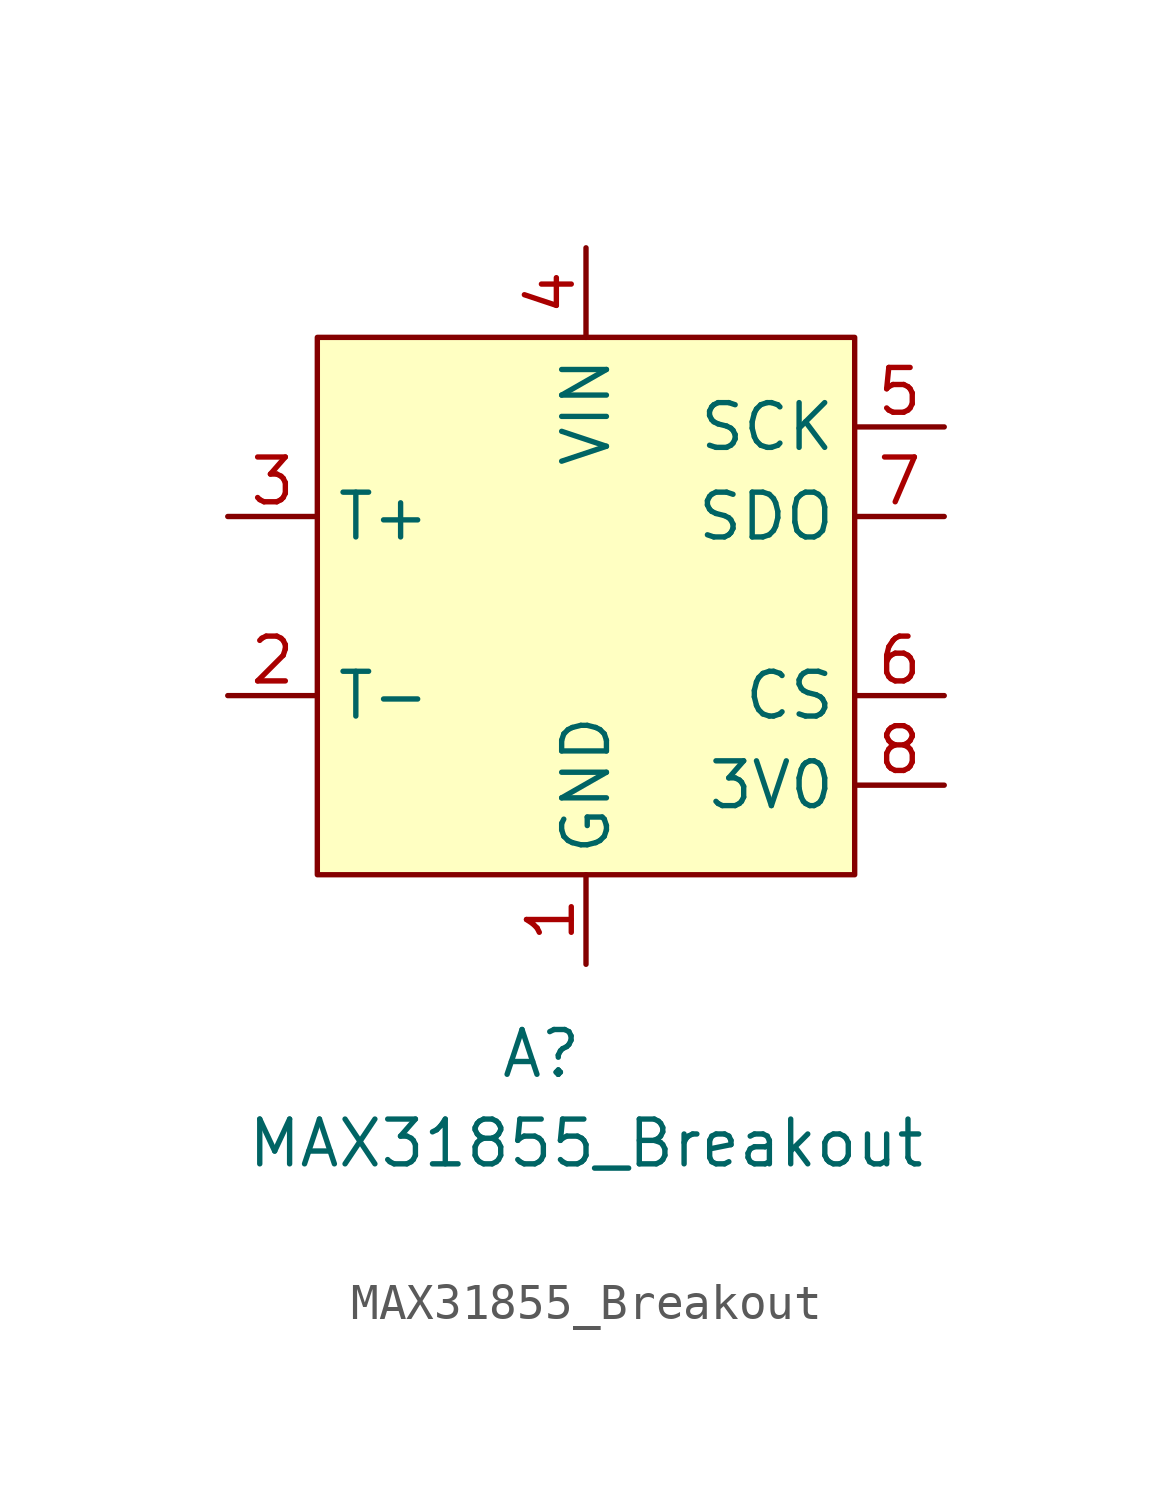
<source format=kicad_sym>
(kicad_symbol_lib
  (version 20211014)
  (generator kicad_symbol_editor)
  (symbol "MAX31855_Breakout"
    (property "Reference" "A"
      (at -1.27 -6.35 0)
      (effects (font (size 1.27 1.27))))
    (property "Value" "MAX31855_Breakout"
      (at 0 -8.89 0)
      (effects (font (size 1.27 1.27))))
    (symbol "MAX31855_Breakout_0_1"
      (rectangle (start -7.62 13.97) (end 7.62 -1.27) (stroke (width 0) (type default) (color 0 0 0 0)) (fill (type background))))
    (symbol "MAX31855_Breakout_1_1"
      (pin power_in line (at 0 -3.81 90) (length 2.54) (name "GND" (effects (font (size 1.27 1.27)))) (number "1" (effects (font (size 1.27 1.27)))))
      (pin input line (at -10.16 3.81 0) (length 2.54) (name "T-" (effects (font (size 1.27 1.27)))) (number "2" (effects (font (size 1.27 1.27)))))
      (pin input line (at -10.16 8.89 0) (length 2.54) (name "T+" (effects (font (size 1.27 1.27)))) (number "3" (effects (font (size 1.27 1.27)))))
      (pin power_in line (at 0 16.51 270) (length 2.54) (name "VIN" (effects (font (size 1.27 1.27)))) (number "4" (effects (font (size 1.27 1.27)))))
      (pin input line (at 10.16 11.43 180) (length 2.54) (name "SCK" (effects (font (size 1.27 1.27)))) (number "5" (effects (font (size 1.27 1.27)))))
      (pin input line (at 10.16 3.81 180) (length 2.54) (name "CS" (effects (font (size 1.27 1.27)))) (number "6" (effects (font (size 1.27 1.27)))))
      (pin output line (at 10.16 8.89 180) (length 2.54) (name "SDO" (effects (font (size 1.27 1.27)))) (number "7" (effects (font (size 1.27 1.27)))))
      (pin power_out line (at 10.16 1.27 180) (length 2.54) (name "3V0" (effects (font (size 1.27 1.27)))) (number "8" (effects (font (size 1.27 1.27))))))))
</source>
